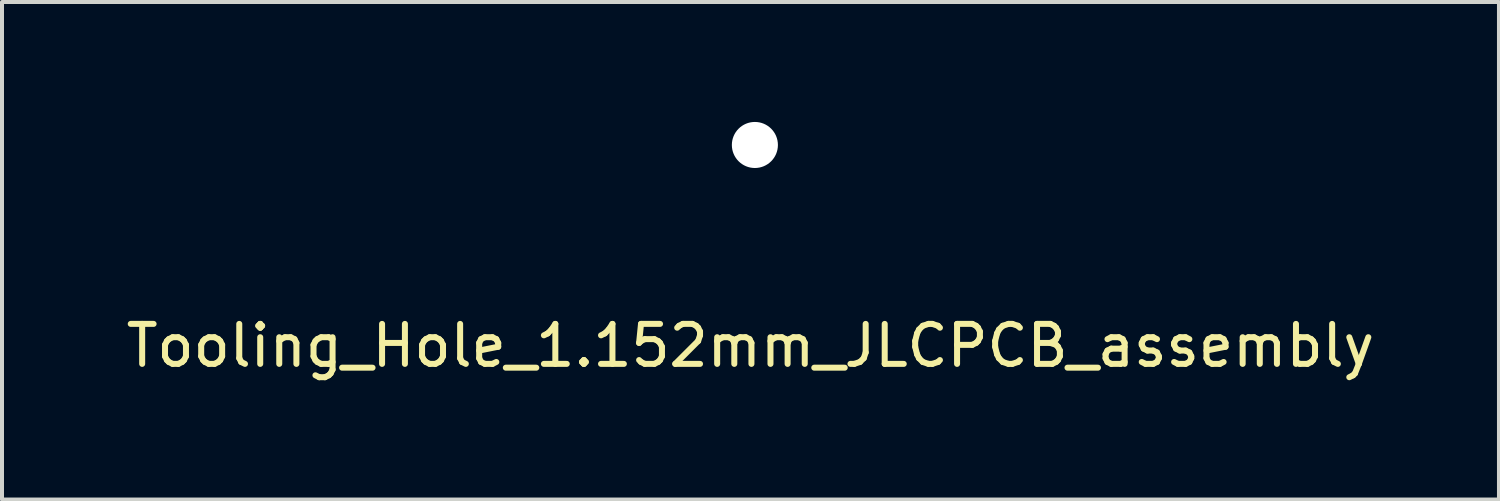
<source format=kicad_pcb>
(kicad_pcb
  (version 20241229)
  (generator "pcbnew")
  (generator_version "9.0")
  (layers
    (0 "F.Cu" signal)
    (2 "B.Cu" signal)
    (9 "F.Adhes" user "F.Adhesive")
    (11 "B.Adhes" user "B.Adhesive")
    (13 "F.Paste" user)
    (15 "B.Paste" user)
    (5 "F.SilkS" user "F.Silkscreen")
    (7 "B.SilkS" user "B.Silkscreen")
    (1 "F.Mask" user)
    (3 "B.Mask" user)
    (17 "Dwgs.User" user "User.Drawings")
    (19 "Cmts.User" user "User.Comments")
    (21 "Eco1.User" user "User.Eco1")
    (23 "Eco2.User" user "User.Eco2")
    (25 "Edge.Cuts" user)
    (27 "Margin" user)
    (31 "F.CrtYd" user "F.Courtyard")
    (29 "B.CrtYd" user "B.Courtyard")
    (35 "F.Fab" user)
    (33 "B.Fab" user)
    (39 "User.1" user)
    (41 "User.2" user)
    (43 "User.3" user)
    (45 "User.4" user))
  (footprint "Tooling_Hole_1.152mm_JLCPCB_assembly"
    (layer "F.Cu")
    (at 15.83 0.576)
    (property "Reference" "Tooling_Hole_1.152mm_JLCPCB_assembly" (at -0.11 5.02 0) (layer "F.SilkS") (effects (font (size 1 1) (thickness 0.15))))
    (attr through_hole)
    (pad "" np_thru_hole circle (at 0 0) (size 1.152 1.152) (drill 1.152) (layers "*.Cu" "*.Mask")))
  (gr_rect
    (start -3 -3)
    (end 34.44 9.444)
    (stroke (width 0.1) (type default))
    (fill no)
    (layer "Edge.Cuts")))
</source>
